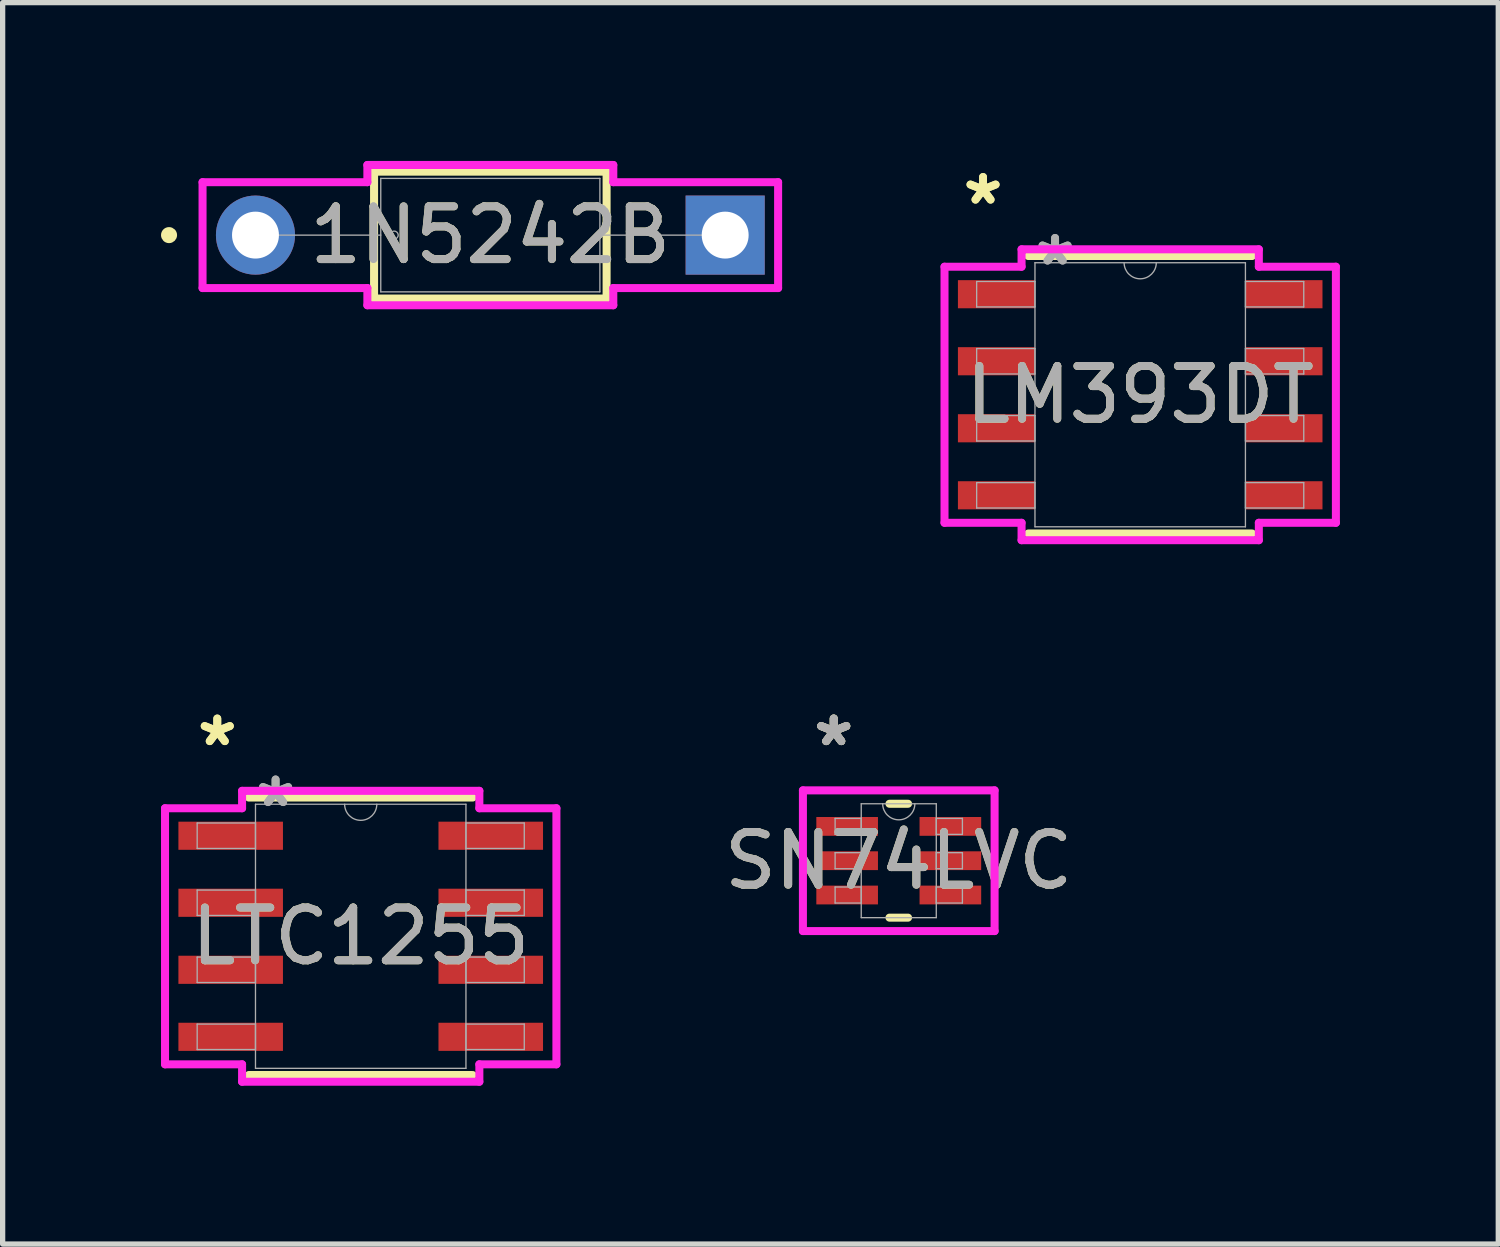
<source format=kicad_pcb>
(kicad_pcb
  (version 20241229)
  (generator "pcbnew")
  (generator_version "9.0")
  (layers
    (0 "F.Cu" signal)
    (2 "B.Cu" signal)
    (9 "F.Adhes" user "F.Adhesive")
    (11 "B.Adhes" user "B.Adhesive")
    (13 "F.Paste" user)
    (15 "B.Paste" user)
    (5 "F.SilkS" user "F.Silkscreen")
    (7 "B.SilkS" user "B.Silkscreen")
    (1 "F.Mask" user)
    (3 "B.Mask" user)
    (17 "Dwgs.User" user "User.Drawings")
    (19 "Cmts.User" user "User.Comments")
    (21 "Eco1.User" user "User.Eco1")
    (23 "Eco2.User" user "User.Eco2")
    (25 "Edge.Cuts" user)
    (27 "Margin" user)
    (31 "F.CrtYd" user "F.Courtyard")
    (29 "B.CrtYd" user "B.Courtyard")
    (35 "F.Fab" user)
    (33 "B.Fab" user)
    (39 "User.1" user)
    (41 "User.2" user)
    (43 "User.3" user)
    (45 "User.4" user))
  (footprint "1N5242B"
    (layer "F.Cu")
    (at 10.691 1.405)
    (property "Reference" "1N5242B" (at -4.45 0 0) (unlocked yes) (layer "F.SilkS") (effects (font (size 1 1) (thickness 0.15))))
    (attr through_hole)
    (fp_line (start -6.653 -1.202) (end -6.653 1.202) (stroke (width 0.152) (type solid)) (layer "F.SilkS"))
    (fp_line (start -6.653 1.202) (end -2.247 1.202) (stroke (width 0.152) (type solid)) (layer "F.SilkS"))
    (fp_line (start -2.247 -1.202) (end -6.653 -1.202) (stroke (width 0.152) (type solid)) (layer "F.SilkS"))
    (fp_line (start -2.247 1.202) (end -2.247 -1.202) (stroke (width 0.152) (type solid)) (layer "F.SilkS"))
    (fp_circle (center -10.538 0) (end -10.462 0) (stroke (width 0.152) (type solid)) (fill no) (layer "F.SilkS"))
    (fp_line (start -9.903 -1.003) (end -6.78 -1.003) (stroke (width 0.152) (type solid)) (layer "F.CrtYd"))
    (fp_line (start -9.903 1.003) (end -9.903 -1.003) (stroke (width 0.152) (type solid)) (layer "F.CrtYd"))
    (fp_line (start -6.78 -1.329) (end -2.12 -1.329) (stroke (width 0.152) (type solid)) (layer "F.CrtYd"))
    (fp_line (start -6.78 -1.003) (end -6.78 -1.329) (stroke (width 0.152) (type solid)) (layer "F.CrtYd"))
    (fp_line (start -6.78 1.003) (end -9.903 1.003) (stroke (width 0.152) (type solid)) (layer "F.CrtYd"))
    (fp_line (start -6.78 1.329) (end -6.78 1.003) (stroke (width 0.152) (type solid)) (layer "F.CrtYd"))
    (fp_line (start -6.78 1.329) (end -2.12 1.329) (stroke (width 0.152) (type solid)) (layer "F.CrtYd"))
    (fp_line (start -2.12 -1.329) (end -2.12 -1.003) (stroke (width 0.152) (type solid)) (layer "F.CrtYd"))
    (fp_line (start -2.12 -1.003) (end 1.003 -1.003) (stroke (width 0.152) (type solid)) (layer "F.CrtYd"))
    (fp_line (start -2.12 1.003) (end -2.12 1.329) (stroke (width 0.152) (type solid)) (layer "F.CrtYd"))
    (fp_line (start 1.003 -1.003) (end 1.003 1.003) (stroke (width 0.152) (type solid)) (layer "F.CrtYd"))
    (fp_line (start 1.003 1.003) (end -2.12 1.003) (stroke (width 0.152) (type solid)) (layer "F.CrtYd"))
    (fp_line (start -8.9 0) (end -6.526 0) (stroke (width 0.025) (type solid)) (layer "F.Fab"))
    (fp_line (start -6.526 -1.075) (end -6.526 1.075) (stroke (width 0.025) (type solid)) (layer "F.Fab"))
    (fp_line (start -6.526 1.075) (end -2.374 1.075) (stroke (width 0.025) (type solid)) (layer "F.Fab"))
    (fp_line (start -2.374 -1.075) (end -6.526 -1.075) (stroke (width 0.025) (type solid)) (layer "F.Fab"))
    (fp_line (start -2.374 1.075) (end -2.374 -1.075) (stroke (width 0.025) (type solid)) (layer "F.Fab"))
    (fp_line (start 0 0) (end -2.374 0) (stroke (width 0.025) (type solid)) (layer "F.Fab"))
    (fp_circle (center -6.272 0) (end -6.196 0) (stroke (width 0.025) (type solid)) (fill no) (layer "F.Fab"))
    (fp_text user "${REFERENCE}" (at -4.45 0 0) (unlocked yes) (layer "F.Fab") (effects (font (size 1 1) (thickness 0.15))))
    (pad "1" thru_hole circle (at -8.9 0) (size 1.499 1.499) (drill 0.889) (layers "*.Cu" "*.Mask"))
    (pad "2" thru_hole rect (at 0 0) (size 1.499 1.499) (drill 0.889) (layers "*.Cu" "*.Mask")))
  (footprint "LM393DT"
    (layer "F.Cu")
    (at 18.555 4.43)
    (property "Reference" "LM393DT" (at 0 0 0) (unlocked yes) (layer "F.SilkS") (effects (font (size 1 1) (thickness 0.15))))
    (attr smd)
    (fp_line (start -2.121 2.629) (end 2.121 2.629) (stroke (width 0.152) (type solid)) (layer "F.SilkS"))
    (fp_line (start 2.121 -2.629) (end -2.121 -2.629) (stroke (width 0.152) (type solid)) (layer "F.SilkS"))
    (fp_line (start -3.708 -2.426) (end -2.248 -2.426) (stroke (width 0.152) (type solid)) (layer "F.CrtYd"))
    (fp_line (start -3.708 2.426) (end -3.708 -2.426) (stroke (width 0.152) (type solid)) (layer "F.CrtYd"))
    (fp_line (start -3.708 2.426) (end -2.248 2.426) (stroke (width 0.152) (type solid)) (layer "F.CrtYd"))
    (fp_line (start -2.248 -2.756) (end 2.248 -2.756) (stroke (width 0.152) (type solid)) (layer "F.CrtYd"))
    (fp_line (start -2.248 -2.426) (end -2.248 -2.756) (stroke (width 0.152) (type solid)) (layer "F.CrtYd"))
    (fp_line (start -2.248 2.756) (end -2.248 2.426) (stroke (width 0.152) (type solid)) (layer "F.CrtYd"))
    (fp_line (start 2.248 -2.756) (end 2.248 -2.426) (stroke (width 0.152) (type solid)) (layer "F.CrtYd"))
    (fp_line (start 2.248 2.426) (end 2.248 2.756) (stroke (width 0.152) (type solid)) (layer "F.CrtYd"))
    (fp_line (start 2.248 2.756) (end -2.248 2.756) (stroke (width 0.152) (type solid)) (layer "F.CrtYd"))
    (fp_line (start 3.708 -2.426) (end 2.248 -2.426) (stroke (width 0.152) (type solid)) (layer "F.CrtYd"))
    (fp_line (start 3.708 -2.426) (end 3.708 2.426) (stroke (width 0.152) (type solid)) (layer "F.CrtYd"))
    (fp_line (start 3.708 2.426) (end 2.248 2.426) (stroke (width 0.152) (type solid)) (layer "F.CrtYd"))
    (fp_line (start -3.099 -2.146) (end -3.099 -1.664) (stroke (width 0.025) (type solid)) (layer "F.Fab"))
    (fp_line (start -3.099 -1.664) (end -1.994 -1.664) (stroke (width 0.025) (type solid)) (layer "F.Fab"))
    (fp_line (start -3.099 -0.876) (end -3.099 -0.394) (stroke (width 0.025) (type solid)) (layer "F.Fab"))
    (fp_line (start -3.099 -0.394) (end -1.994 -0.394) (stroke (width 0.025) (type solid)) (layer "F.Fab"))
    (fp_line (start -3.099 0.394) (end -3.099 0.876) (stroke (width 0.025) (type solid)) (layer "F.Fab"))
    (fp_line (start -3.099 0.876) (end -1.994 0.876) (stroke (width 0.025) (type solid)) (layer "F.Fab"))
    (fp_line (start -3.099 1.664) (end -3.099 2.146) (stroke (width 0.025) (type solid)) (layer "F.Fab"))
    (fp_line (start -3.099 2.146) (end -1.994 2.146) (stroke (width 0.025) (type solid)) (layer "F.Fab"))
    (fp_line (start -1.994 -2.502) (end -1.994 2.502) (stroke (width 0.025) (type solid)) (layer "F.Fab"))
    (fp_line (start -1.994 -2.146) (end -3.099 -2.146) (stroke (width 0.025) (type solid)) (layer "F.Fab"))
    (fp_line (start -1.994 -1.664) (end -1.994 -2.146) (stroke (width 0.025) (type solid)) (layer "F.Fab"))
    (fp_line (start -1.994 -0.876) (end -3.099 -0.876) (stroke (width 0.025) (type solid)) (layer "F.Fab"))
    (fp_line (start -1.994 -0.394) (end -1.994 -0.876) (stroke (width 0.025) (type solid)) (layer "F.Fab"))
    (fp_line (start -1.994 0.394) (end -3.099 0.394) (stroke (width 0.025) (type solid)) (layer "F.Fab"))
    (fp_line (start -1.994 0.876) (end -1.994 0.394) (stroke (width 0.025) (type solid)) (layer "F.Fab"))
    (fp_line (start -1.994 1.664) (end -3.099 1.664) (stroke (width 0.025) (type solid)) (layer "F.Fab"))
    (fp_line (start -1.994 2.146) (end -1.994 1.664) (stroke (width 0.025) (type solid)) (layer "F.Fab"))
    (fp_line (start -1.994 2.502) (end 1.994 2.502) (stroke (width 0.025) (type solid)) (layer "F.Fab"))
    (fp_line (start 1.994 -2.502) (end -1.994 -2.502) (stroke (width 0.025) (type solid)) (layer "F.Fab"))
    (fp_line (start 1.994 -2.146) (end 1.994 -1.664) (stroke (width 0.025) (type solid)) (layer "F.Fab"))
    (fp_line (start 1.994 -1.664) (end 3.099 -1.664) (stroke (width 0.025) (type solid)) (layer "F.Fab"))
    (fp_line (start 1.994 -0.876) (end 1.994 -0.394) (stroke (width 0.025) (type solid)) (layer "F.Fab"))
    (fp_line (start 1.994 -0.394) (end 3.099 -0.394) (stroke (width 0.025) (type solid)) (layer "F.Fab"))
    (fp_line (start 1.994 0.394) (end 1.994 0.876) (stroke (width 0.025) (type solid)) (layer "F.Fab"))
    (fp_line (start 1.994 0.876) (end 3.099 0.876) (stroke (width 0.025) (type solid)) (layer "F.Fab"))
    (fp_line (start 1.994 1.664) (end 1.994 2.146) (stroke (width 0.025) (type solid)) (layer "F.Fab"))
    (fp_line (start 1.994 2.146) (end 3.099 2.146) (stroke (width 0.025) (type solid)) (layer "F.Fab"))
    (fp_line (start 1.994 2.502) (end 1.994 -2.502) (stroke (width 0.025) (type solid)) (layer "F.Fab"))
    (fp_line (start 3.099 -2.146) (end 1.994 -2.146) (stroke (width 0.025) (type solid)) (layer "F.Fab"))
    (fp_line (start 3.099 -1.664) (end 3.099 -2.146) (stroke (width 0.025) (type solid)) (layer "F.Fab"))
    (fp_line (start 3.099 -0.876) (end 1.994 -0.876) (stroke (width 0.025) (type solid)) (layer "F.Fab"))
    (fp_line (start 3.099 -0.394) (end 3.099 -0.876) (stroke (width 0.025) (type solid)) (layer "F.Fab"))
    (fp_line (start 3.099 0.394) (end 1.994 0.394) (stroke (width 0.025) (type solid)) (layer "F.Fab"))
    (fp_line (start 3.099 0.876) (end 3.099 0.394) (stroke (width 0.025) (type solid)) (layer "F.Fab"))
    (fp_line (start 3.099 1.664) (end 1.994 1.664) (stroke (width 0.025) (type solid)) (layer "F.Fab"))
    (fp_line (start 3.099 2.146) (end 3.099 1.664) (stroke (width 0.025) (type solid)) (layer "F.Fab"))
    (fp_arc (start 0.3048 -2.5019) (mid 0 -2.1971) (end -0.3048 -2.5019) (stroke (width 0.0254) (type solid)) (layer "F.Fab"))
    (fp_text user "*" (at -2.978 -3.581 0) (unlocked yes) (layer "F.SilkS") (effects (font (size 1 1) (thickness 0.15))))
    (fp_text user "*" (at -2.978 -3.581 0) (layer "F.SilkS") (effects (font (size 1 1) (thickness 0.15))))
    (fp_text user "${REFERENCE}" (at 0 0 0) (unlocked yes) (layer "F.Fab") (effects (font (size 1 1) (thickness 0.15))))
    (fp_text user "*" (at -1.613 -2.426 0) (layer "F.Fab") (effects (font (size 1 1) (thickness 0.15))))
    (fp_text user "*" (at -1.613 -2.426 0) (unlocked yes) (layer "F.Fab") (effects (font (size 1 1) (thickness 0.15))))
    (pad "1" smd rect (at -2.724 -1.905) (size 1.46 0.533) (layers "F.Cu" "F.Mask" "F.Paste"))
    (pad "2" smd rect (at -2.724 -0.635) (size 1.46 0.533) (layers "F.Cu" "F.Mask" "F.Paste"))
    (pad "3" smd rect (at -2.724 0.635) (size 1.46 0.533) (layers "F.Cu" "F.Mask" "F.Paste"))
    (pad "4" smd rect (at -2.724 1.905) (size 1.46 0.533) (layers "F.Cu" "F.Mask" "F.Paste"))
    (pad "5" smd rect (at 2.724 1.905) (size 1.46 0.533) (layers "F.Cu" "F.Mask" "F.Paste"))
    (pad "6" smd rect (at 2.724 0.635) (size 1.46 0.533) (layers "F.Cu" "F.Mask" "F.Paste"))
    (pad "7" smd rect (at 2.724 -0.635) (size 1.46 0.533) (layers "F.Cu" "F.Mask" "F.Paste"))
    (pad "8" smd rect (at 2.724 -1.905) (size 1.46 0.533) (layers "F.Cu" "F.Mask" "F.Paste")))
  (footprint "LTC1255"
    (layer "F.Cu")
    (at 3.785 14.691)
    (property "Reference" "LTC1255" (at 0 0 0) (unlocked yes) (layer "F.SilkS") (effects (font (size 1 1) (thickness 0.15))))
    (attr smd)
    (fp_line (start -2.121 2.629) (end 2.121 2.629) (stroke (width 0.152) (type solid)) (layer "F.SilkS"))
    (fp_line (start 2.121 -2.629) (end -2.121 -2.629) (stroke (width 0.152) (type solid)) (layer "F.SilkS"))
    (fp_line (start -3.708 -2.426) (end -2.248 -2.426) (stroke (width 0.152) (type solid)) (layer "F.CrtYd"))
    (fp_line (start -3.708 2.426) (end -3.708 -2.426) (stroke (width 0.152) (type solid)) (layer "F.CrtYd"))
    (fp_line (start -3.708 2.426) (end -2.248 2.426) (stroke (width 0.152) (type solid)) (layer "F.CrtYd"))
    (fp_line (start -2.248 -2.756) (end 2.248 -2.756) (stroke (width 0.152) (type solid)) (layer "F.CrtYd"))
    (fp_line (start -2.248 -2.426) (end -2.248 -2.756) (stroke (width 0.152) (type solid)) (layer "F.CrtYd"))
    (fp_line (start -2.248 2.756) (end -2.248 2.426) (stroke (width 0.152) (type solid)) (layer "F.CrtYd"))
    (fp_line (start 2.248 -2.756) (end 2.248 -2.426) (stroke (width 0.152) (type solid)) (layer "F.CrtYd"))
    (fp_line (start 2.248 2.426) (end 2.248 2.756) (stroke (width 0.152) (type solid)) (layer "F.CrtYd"))
    (fp_line (start 2.248 2.756) (end -2.248 2.756) (stroke (width 0.152) (type solid)) (layer "F.CrtYd"))
    (fp_line (start 3.708 -2.426) (end 2.248 -2.426) (stroke (width 0.152) (type solid)) (layer "F.CrtYd"))
    (fp_line (start 3.708 -2.426) (end 3.708 2.426) (stroke (width 0.152) (type solid)) (layer "F.CrtYd"))
    (fp_line (start 3.708 2.426) (end 2.248 2.426) (stroke (width 0.152) (type solid)) (layer "F.CrtYd"))
    (fp_line (start -3.099 -2.146) (end -3.099 -1.664) (stroke (width 0.025) (type solid)) (layer "F.Fab"))
    (fp_line (start -3.099 -1.664) (end -1.994 -1.664) (stroke (width 0.025) (type solid)) (layer "F.Fab"))
    (fp_line (start -3.099 -0.876) (end -3.099 -0.394) (stroke (width 0.025) (type solid)) (layer "F.Fab"))
    (fp_line (start -3.099 -0.394) (end -1.994 -0.394) (stroke (width 0.025) (type solid)) (layer "F.Fab"))
    (fp_line (start -3.099 0.394) (end -3.099 0.876) (stroke (width 0.025) (type solid)) (layer "F.Fab"))
    (fp_line (start -3.099 0.876) (end -1.994 0.876) (stroke (width 0.025) (type solid)) (layer "F.Fab"))
    (fp_line (start -3.099 1.664) (end -3.099 2.146) (stroke (width 0.025) (type solid)) (layer "F.Fab"))
    (fp_line (start -3.099 2.146) (end -1.994 2.146) (stroke (width 0.025) (type solid)) (layer "F.Fab"))
    (fp_line (start -1.994 -2.502) (end -1.994 2.502) (stroke (width 0.025) (type solid)) (layer "F.Fab"))
    (fp_line (start -1.994 -2.146) (end -3.099 -2.146) (stroke (width 0.025) (type solid)) (layer "F.Fab"))
    (fp_line (start -1.994 -1.664) (end -1.994 -2.146) (stroke (width 0.025) (type solid)) (layer "F.Fab"))
    (fp_line (start -1.994 -0.876) (end -3.099 -0.876) (stroke (width 0.025) (type solid)) (layer "F.Fab"))
    (fp_line (start -1.994 -0.394) (end -1.994 -0.876) (stroke (width 0.025) (type solid)) (layer "F.Fab"))
    (fp_line (start -1.994 0.394) (end -3.099 0.394) (stroke (width 0.025) (type solid)) (layer "F.Fab"))
    (fp_line (start -1.994 0.876) (end -1.994 0.394) (stroke (width 0.025) (type solid)) (layer "F.Fab"))
    (fp_line (start -1.994 1.664) (end -3.099 1.664) (stroke (width 0.025) (type solid)) (layer "F.Fab"))
    (fp_line (start -1.994 2.146) (end -1.994 1.664) (stroke (width 0.025) (type solid)) (layer "F.Fab"))
    (fp_line (start -1.994 2.502) (end 1.994 2.502) (stroke (width 0.025) (type solid)) (layer "F.Fab"))
    (fp_line (start 1.994 -2.502) (end -1.994 -2.502) (stroke (width 0.025) (type solid)) (layer "F.Fab"))
    (fp_line (start 1.994 -2.146) (end 1.994 -1.664) (stroke (width 0.025) (type solid)) (layer "F.Fab"))
    (fp_line (start 1.994 -1.664) (end 3.099 -1.664) (stroke (width 0.025) (type solid)) (layer "F.Fab"))
    (fp_line (start 1.994 -0.876) (end 1.994 -0.394) (stroke (width 0.025) (type solid)) (layer "F.Fab"))
    (fp_line (start 1.994 -0.394) (end 3.099 -0.394) (stroke (width 0.025) (type solid)) (layer "F.Fab"))
    (fp_line (start 1.994 0.394) (end 1.994 0.876) (stroke (width 0.025) (type solid)) (layer "F.Fab"))
    (fp_line (start 1.994 0.876) (end 3.099 0.876) (stroke (width 0.025) (type solid)) (layer "F.Fab"))
    (fp_line (start 1.994 1.664) (end 1.994 2.146) (stroke (width 0.025) (type solid)) (layer "F.Fab"))
    (fp_line (start 1.994 2.146) (end 3.099 2.146) (stroke (width 0.025) (type solid)) (layer "F.Fab"))
    (fp_line (start 1.994 2.502) (end 1.994 -2.502) (stroke (width 0.025) (type solid)) (layer "F.Fab"))
    (fp_line (start 3.099 -2.146) (end 1.994 -2.146) (stroke (width 0.025) (type solid)) (layer "F.Fab"))
    (fp_line (start 3.099 -1.664) (end 3.099 -2.146) (stroke (width 0.025) (type solid)) (layer "F.Fab"))
    (fp_line (start 3.099 -0.876) (end 1.994 -0.876) (stroke (width 0.025) (type solid)) (layer "F.Fab"))
    (fp_line (start 3.099 -0.394) (end 3.099 -0.876) (stroke (width 0.025) (type solid)) (layer "F.Fab"))
    (fp_line (start 3.099 0.394) (end 1.994 0.394) (stroke (width 0.025) (type solid)) (layer "F.Fab"))
    (fp_line (start 3.099 0.876) (end 3.099 0.394) (stroke (width 0.025) (type solid)) (layer "F.Fab"))
    (fp_line (start 3.099 1.664) (end 1.994 1.664) (stroke (width 0.025) (type solid)) (layer "F.Fab"))
    (fp_line (start 3.099 2.146) (end 3.099 1.664) (stroke (width 0.025) (type solid)) (layer "F.Fab"))
    (fp_arc (start 0.3048 -2.5019) (mid 0 -2.1971) (end -0.3048 -2.5019) (stroke (width 0.0254) (type solid)) (layer "F.Fab"))
    (fp_text user "*" (at -2.718 -3.581 0) (unlocked yes) (layer "F.SilkS") (effects (font (size 1 1) (thickness 0.15))))
    (fp_text user "*" (at -2.718 -3.581 0) (layer "F.SilkS") (effects (font (size 1 1) (thickness 0.15))))
    (fp_text user "*" (at -1.613 -2.426 0) (unlocked yes) (layer "F.Fab") (effects (font (size 1 1) (thickness 0.15))))
    (fp_text user "${REFERENCE}" (at 0 0 0) (unlocked yes) (layer "F.Fab") (effects (font (size 1 1) (thickness 0.15))))
    (fp_text user "*" (at -1.613 -2.426 0) (layer "F.Fab") (effects (font (size 1 1) (thickness 0.15))))
    (pad "1" smd rect (at -2.464 -1.905) (size 1.981 0.533) (layers "F.Cu" "F.Mask" "F.Paste"))
    (pad "2" smd rect (at -2.464 -0.635) (size 1.981 0.533) (layers "F.Cu" "F.Mask" "F.Paste"))
    (pad "3" smd rect (at -2.464 0.635) (size 1.981 0.533) (layers "F.Cu" "F.Mask" "F.Paste"))
    (pad "4" smd rect (at -2.464 1.905) (size 1.981 0.533) (layers "F.Cu" "F.Mask" "F.Paste"))
    (pad "5" smd rect (at 2.464 1.905) (size 1.981 0.533) (layers "F.Cu" "F.Mask" "F.Paste"))
    (pad "6" smd rect (at 2.464 0.635) (size 1.981 0.533) (layers "F.Cu" "F.Mask" "F.Paste"))
    (pad "7" smd rect (at 2.464 -0.635) (size 1.981 0.533) (layers "F.Cu" "F.Mask" "F.Paste"))
    (pad "8" smd rect (at 2.464 -1.905) (size 1.981 0.533) (layers "F.Cu" "F.Mask" "F.Paste")))
  (footprint "SN74LVC"
    (layer "F.Cu")
    (at 13.98 13.259)
    (property "Reference" "SN74LVC" (at 0 0 0) (unlocked yes) (layer "F.SilkS") (effects (font (size 1 1) (thickness 0.15))))
    (attr smd)
    (fp_line (start -0.176 1.079) (end 0.176 1.079) (stroke (width 0.152) (type solid)) (layer "F.SilkS"))
    (fp_line (start 0.176 -1.079) (end -0.176 -1.079) (stroke (width 0.152) (type solid)) (layer "F.SilkS"))
    (fp_line (start -1.816 -1.333) (end 1.816 -1.333) (stroke (width 0.152) (type solid)) (layer "F.CrtYd"))
    (fp_line (start -1.816 1.333) (end -1.816 -1.333) (stroke (width 0.152) (type solid)) (layer "F.CrtYd"))
    (fp_line (start 1.816 -1.333) (end 1.816 1.333) (stroke (width 0.152) (type solid)) (layer "F.CrtYd"))
    (fp_line (start 1.816 1.333) (end -1.816 1.333) (stroke (width 0.152) (type solid)) (layer "F.CrtYd"))
    (fp_line (start -1.206 -0.802) (end -1.206 -0.498) (stroke (width 0.025) (type solid)) (layer "F.Fab"))
    (fp_line (start -1.206 -0.498) (end -0.711 -0.498) (stroke (width 0.025) (type solid)) (layer "F.Fab"))
    (fp_line (start -1.206 -0.152) (end -1.206 0.152) (stroke (width 0.025) (type solid)) (layer "F.Fab"))
    (fp_line (start -1.206 0.152) (end -0.711 0.152) (stroke (width 0.025) (type solid)) (layer "F.Fab"))
    (fp_line (start -1.206 0.498) (end -1.206 0.802) (stroke (width 0.025) (type solid)) (layer "F.Fab"))
    (fp_line (start -1.206 0.802) (end -0.711 0.802) (stroke (width 0.025) (type solid)) (layer "F.Fab"))
    (fp_line (start -0.711 -1.079) (end -0.711 1.079) (stroke (width 0.025) (type solid)) (layer "F.Fab"))
    (fp_line (start -0.711 -0.802) (end -1.206 -0.802) (stroke (width 0.025) (type solid)) (layer "F.Fab"))
    (fp_line (start -0.711 -0.498) (end -0.711 -0.802) (stroke (width 0.025) (type solid)) (layer "F.Fab"))
    (fp_line (start -0.711 -0.152) (end -1.206 -0.152) (stroke (width 0.025) (type solid)) (layer "F.Fab"))
    (fp_line (start -0.711 0.152) (end -0.711 -0.152) (stroke (width 0.025) (type solid)) (layer "F.Fab"))
    (fp_line (start -0.711 0.498) (end -1.206 0.498) (stroke (width 0.025) (type solid)) (layer "F.Fab"))
    (fp_line (start -0.711 0.802) (end -0.711 0.498) (stroke (width 0.025) (type solid)) (layer "F.Fab"))
    (fp_line (start -0.711 1.079) (end 0.711 1.079) (stroke (width 0.025) (type solid)) (layer "F.Fab"))
    (fp_line (start 0.711 -1.079) (end -0.711 -1.079) (stroke (width 0.025) (type solid)) (layer "F.Fab"))
    (fp_line (start 0.711 -0.802) (end 0.711 -0.498) (stroke (width 0.025) (type solid)) (layer "F.Fab"))
    (fp_line (start 0.711 -0.498) (end 1.206 -0.498) (stroke (width 0.025) (type solid)) (layer "F.Fab"))
    (fp_line (start 0.711 -0.152) (end 0.711 0.152) (stroke (width 0.025) (type solid)) (layer "F.Fab"))
    (fp_line (start 0.711 0.152) (end 1.206 0.152) (stroke (width 0.025) (type solid)) (layer "F.Fab"))
    (fp_line (start 0.711 0.498) (end 0.711 0.802) (stroke (width 0.025) (type solid)) (layer "F.Fab"))
    (fp_line (start 0.711 0.802) (end 1.206 0.802) (stroke (width 0.025) (type solid)) (layer "F.Fab"))
    (fp_line (start 0.711 1.079) (end 0.711 -1.079) (stroke (width 0.025) (type solid)) (layer "F.Fab"))
    (fp_line (start 1.206 -0.802) (end 0.711 -0.802) (stroke (width 0.025) (type solid)) (layer "F.Fab"))
    (fp_line (start 1.206 -0.498) (end 1.206 -0.802) (stroke (width 0.025) (type solid)) (layer "F.Fab"))
    (fp_line (start 1.206 -0.152) (end 0.711 -0.152) (stroke (width 0.025) (type solid)) (layer "F.Fab"))
    (fp_line (start 1.206 0.152) (end 1.206 -0.152) (stroke (width 0.025) (type solid)) (layer "F.Fab"))
    (fp_line (start 1.206 0.498) (end 0.711 0.498) (stroke (width 0.025) (type solid)) (layer "F.Fab"))
    (fp_line (start 1.206 0.802) (end 1.206 0.498) (stroke (width 0.025) (type solid)) (layer "F.Fab"))
    (fp_arc (start 0.3048 -1.0795) (mid 0 -0.7747) (end -0.3048 -1.0795) (stroke (width 0.0254) (type solid)) (layer "F.Fab"))
    (fp_text user "*" (at -1.232 -2.149 0) (unlocked yes) (layer "F.SilkS") (effects (font (size 1 1) (thickness 0.15))))
    (fp_text user "*" (at -1.232 -2.149 0) (layer "F.SilkS") (effects (font (size 1 1) (thickness 0.15))))
    (fp_text user "*" (at -1.232 -2.149 0) (layer "F.Fab") (effects (font (size 1 1) (thickness 0.15))))
    (fp_text user "*" (at -1.232 -2.149 0) (unlocked yes) (layer "F.Fab") (effects (font (size 1 1) (thickness 0.15))))
    (fp_text user "${REFERENCE}" (at 0 0 0) (unlocked yes) (layer "F.Fab") (effects (font (size 1 1) (thickness 0.15))))
    (pad "1" smd rect (at -0.978 -0.65) (size 1.168 0.356) (layers "F.Cu" "F.Mask" "F.Paste"))
    (pad "2" smd rect (at -0.978 0) (size 1.168 0.356) (layers "F.Cu" "F.Mask" "F.Paste"))
    (pad "3" smd rect (at -0.978 0.65) (size 1.168 0.356) (layers "F.Cu" "F.Mask" "F.Paste"))
    (pad "4" smd rect (at 0.978 0.65) (size 1.168 0.356) (layers "F.Cu" "F.Mask" "F.Paste"))
    (pad "5" smd rect (at 0.978 0) (size 1.168 0.356) (layers "F.Cu" "F.Mask" "F.Paste"))
    (pad "6" smd rect (at 0.978 -0.65) (size 1.168 0.356) (layers "F.Cu" "F.Mask" "F.Paste")))
  (gr_rect
    (start -3 -3)
    (end 25.34 20.523)
    (stroke (width 0.1) (type default))
    (fill no)
    (layer "Edge.Cuts")))
</source>
